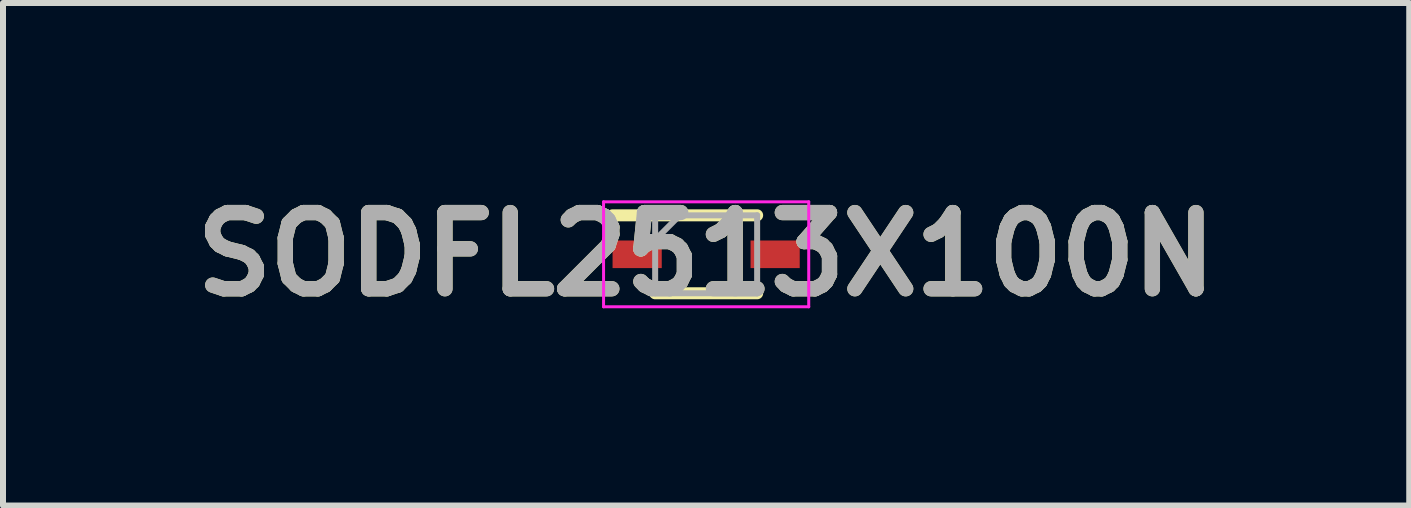
<source format=kicad_pcb>
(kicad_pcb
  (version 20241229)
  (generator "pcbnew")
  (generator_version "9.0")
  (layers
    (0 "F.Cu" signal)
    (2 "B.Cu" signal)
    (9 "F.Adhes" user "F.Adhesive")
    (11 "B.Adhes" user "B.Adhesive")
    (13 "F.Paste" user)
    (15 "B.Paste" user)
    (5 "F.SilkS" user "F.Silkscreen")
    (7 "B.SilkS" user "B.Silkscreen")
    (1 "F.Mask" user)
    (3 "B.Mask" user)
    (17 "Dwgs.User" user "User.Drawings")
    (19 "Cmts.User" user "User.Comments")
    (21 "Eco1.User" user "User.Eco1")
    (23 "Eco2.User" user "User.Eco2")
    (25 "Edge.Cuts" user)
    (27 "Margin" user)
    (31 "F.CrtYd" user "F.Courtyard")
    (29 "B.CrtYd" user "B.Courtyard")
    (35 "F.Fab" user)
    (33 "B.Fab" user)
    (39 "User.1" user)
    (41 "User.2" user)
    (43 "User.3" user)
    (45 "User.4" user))
  (footprint "SODFL2513X100N"
    (layer "F.Cu")
    (at 8.721 1.189)
    (property "Reference" "SODFL2513X100N" (at 0 0 0) (layer "F.SilkS") (effects (font (size 1.27 1.27) (thickness 0.254))))
    (attr smd)
    (fp_line (start -1.56 -0.65) (end 0.85 -0.65) (stroke (width 0.2) (type solid)) (layer "F.SilkS"))
    (fp_line (start -0.85 0.65) (end 0.85 0.65) (stroke (width 0.2) (type solid)) (layer "F.SilkS"))
    (fp_line (start -1.71 -0.875) (end 1.71 -0.875) (stroke (width 0.05) (type solid)) (layer "F.CrtYd"))
    (fp_line (start -1.71 0.875) (end -1.71 -0.875) (stroke (width 0.05) (type solid)) (layer "F.CrtYd"))
    (fp_line (start 1.71 -0.875) (end 1.71 0.875) (stroke (width 0.05) (type solid)) (layer "F.CrtYd"))
    (fp_line (start 1.71 0.875) (end -1.71 0.875) (stroke (width 0.05) (type solid)) (layer "F.CrtYd"))
    (fp_line (start -0.85 -0.65) (end 0.85 -0.65) (stroke (width 0.1) (type solid)) (layer "F.Fab"))
    (fp_line (start -0.85 -0.24) (end -0.44 -0.65) (stroke (width 0.1) (type solid)) (layer "F.Fab"))
    (fp_line (start -0.85 0.65) (end -0.85 -0.65) (stroke (width 0.1) (type solid)) (layer "F.Fab"))
    (fp_line (start 0.85 -0.65) (end 0.85 0.65) (stroke (width 0.1) (type solid)) (layer "F.Fab"))
    (fp_line (start 0.85 0.65) (end -0.85 0.65) (stroke (width 0.1) (type solid)) (layer "F.Fab"))
    (fp_text user "${REFERENCE}" (at 0 0 0) (layer "F.Fab") (effects (font (size 1.27 1.27) (thickness 0.254))))
    (pad "1" smd rect (at -1.15 0 90) (size 0.46 0.82) (layers "F.Cu" "F.Mask" "F.Paste"))
    (pad "2" smd rect (at 1.15 0 90) (size 0.46 0.82) (layers "F.Cu" "F.Mask" "F.Paste")))
  (gr_rect
    (start -3 -3)
    (end 20.441 5.377)
    (stroke (width 0.1) (type default))
    (fill no)
    (layer "Edge.Cuts")))
</source>
